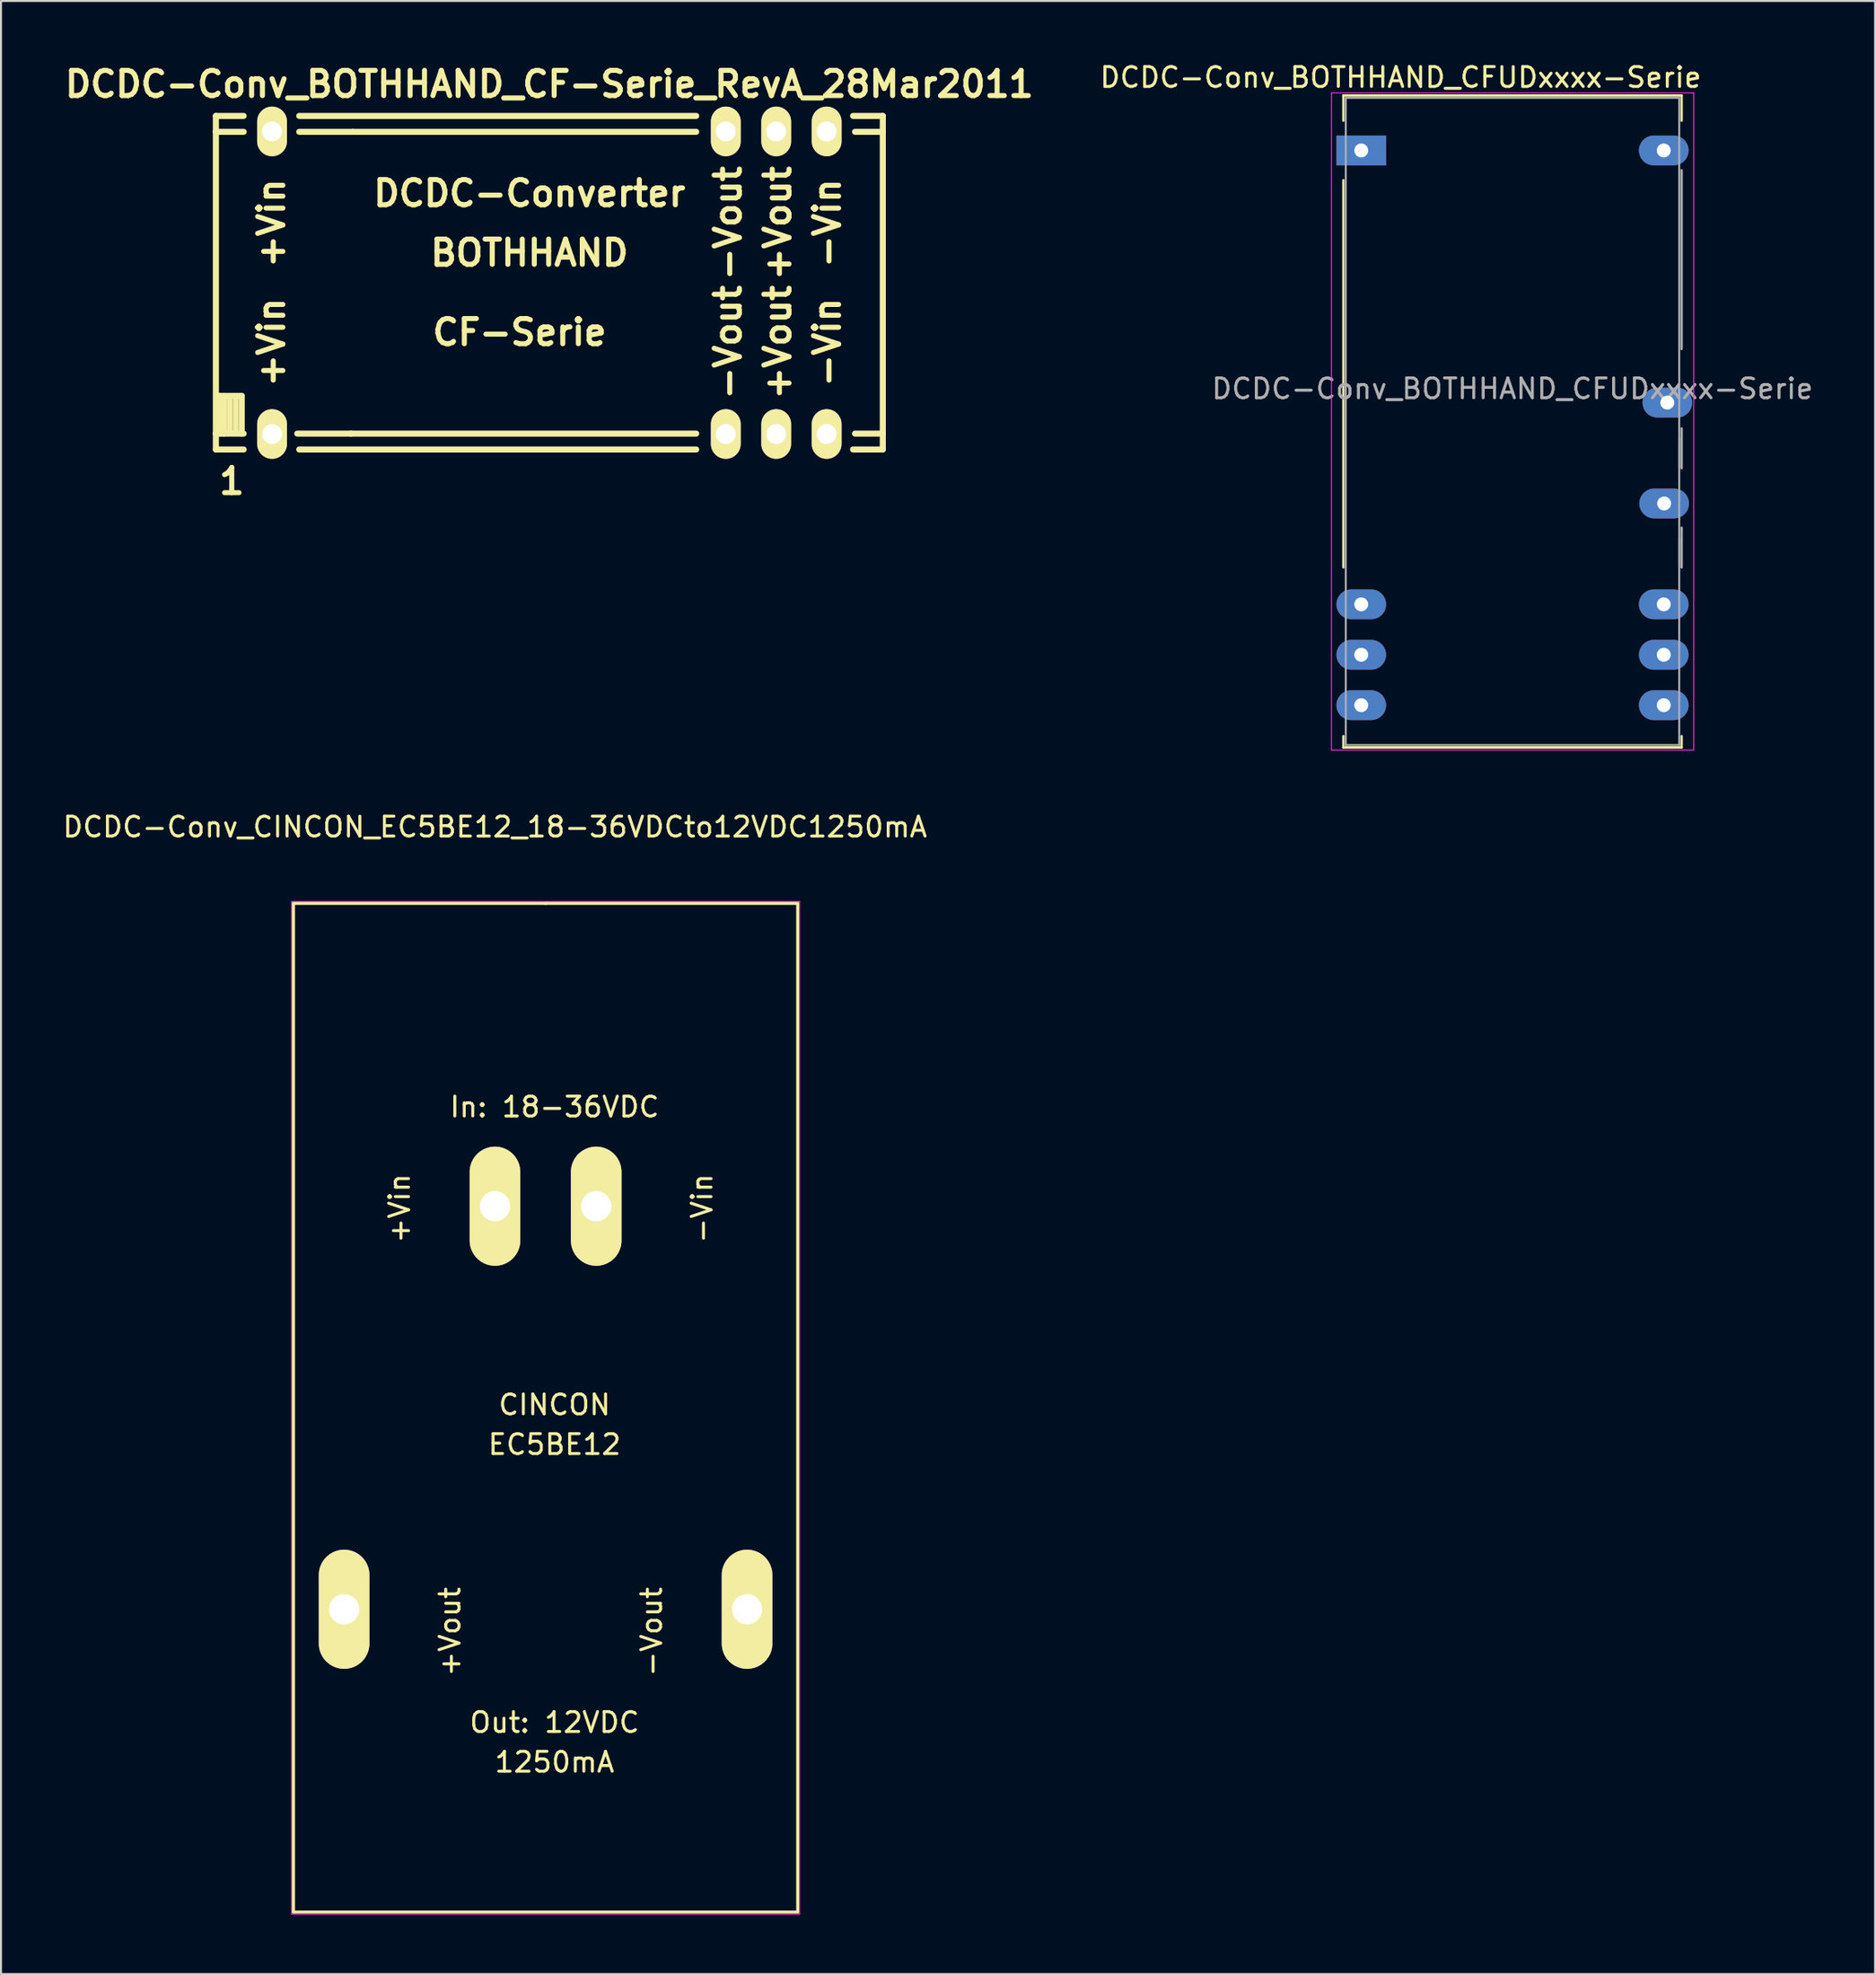
<source format=kicad_pcb>
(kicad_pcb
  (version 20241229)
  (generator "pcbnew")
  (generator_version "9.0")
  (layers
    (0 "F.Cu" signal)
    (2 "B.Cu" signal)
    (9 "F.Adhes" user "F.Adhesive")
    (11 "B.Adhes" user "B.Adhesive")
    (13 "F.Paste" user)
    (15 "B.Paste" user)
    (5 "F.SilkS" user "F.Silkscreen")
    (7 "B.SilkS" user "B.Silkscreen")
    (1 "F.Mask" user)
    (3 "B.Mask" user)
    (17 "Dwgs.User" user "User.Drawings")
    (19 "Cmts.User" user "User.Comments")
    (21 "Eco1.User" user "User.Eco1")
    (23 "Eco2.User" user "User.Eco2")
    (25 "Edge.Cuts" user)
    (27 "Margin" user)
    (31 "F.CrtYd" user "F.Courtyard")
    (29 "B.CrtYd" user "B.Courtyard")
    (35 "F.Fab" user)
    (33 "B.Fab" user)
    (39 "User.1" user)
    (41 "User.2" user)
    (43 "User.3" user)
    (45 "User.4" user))
  (footprint "DCDC-Conv_BOTHHAND_CF-Serie_RevA_28Mar2011"
    (layer "F.Cu")
    (at 24.626 11.189)
    (property "Reference" "DCDC-Conv_BOTHHAND_CF-Serie_RevA_28Mar2011" (at 0 -10 0) (layer "F.SilkS") (effects (font (size 1.27 1.27) (thickness 0.254))))
    (attr through_hole)
    (fp_line (start -16.8 -8.4) (end -15.4 -8.4) (stroke (width 0.305) (type solid)) (layer "F.SilkS"))
    (fp_line (start -16.8 -7.6) (end -16.8 -8.4) (stroke (width 0.305) (type solid)) (layer "F.SilkS"))
    (fp_line (start -16.8 -7.6) (end -16.8 7.6) (stroke (width 0.305) (type solid)) (layer "F.SilkS"))
    (fp_line (start -16.8 -7.6) (end -15.4 -7.6) (stroke (width 0.305) (type solid)) (layer "F.SilkS"))
    (fp_line (start -16.8 7.6) (end -16.8 8.4) (stroke (width 0.305) (type solid)) (layer "F.SilkS"))
    (fp_line (start -16.8 7.6) (end -15.4 7.6) (stroke (width 0.305) (type solid)) (layer "F.SilkS"))
    (fp_line (start -16.8 8.4) (end -15.4 8.4) (stroke (width 0.305) (type solid)) (layer "F.SilkS"))
    (fp_line (start -16.701 5.7) (end -15.499 5.7) (stroke (width 0.305) (type solid)) (layer "F.SilkS"))
    (fp_line (start -16.599 5.7) (end -16.599 7.6) (stroke (width 0.305) (type solid)) (layer "F.SilkS"))
    (fp_line (start -16.401 5.7) (end -16.401 7.6) (stroke (width 0.305) (type solid)) (layer "F.SilkS"))
    (fp_line (start -16.101 5.799) (end -16.101 7.501) (stroke (width 0.305) (type solid)) (layer "F.SilkS"))
    (fp_line (start -15.799 5.799) (end -15.799 7.501) (stroke (width 0.305) (type solid)) (layer "F.SilkS"))
    (fp_line (start -15.499 5.7) (end -15.499 7.6) (stroke (width 0.305) (type solid)) (layer "F.SilkS"))
    (fp_line (start -10 7.6) (end -12.7 7.6) (stroke (width 0.305) (type solid)) (layer "F.SilkS"))
    (fp_line (start -9.901 -7.6) (end -12.601 -7.6) (stroke (width 0.305) (type solid)) (layer "F.SilkS"))
    (fp_line (start -9.901 -7.6) (end 7.399 -7.6) (stroke (width 0.305) (type solid)) (layer "F.SilkS"))
    (fp_line (start 7.399 -8.4) (end -12.601 -8.4) (stroke (width 0.305) (type solid)) (layer "F.SilkS"))
    (fp_line (start 7.399 7.6) (end -10 7.6) (stroke (width 0.305) (type solid)) (layer "F.SilkS"))
    (fp_line (start 7.399 8.4) (end -12.601 8.4) (stroke (width 0.305) (type solid)) (layer "F.SilkS"))
    (fp_line (start 15.4 -7.6) (end 16.8 -7.6) (stroke (width 0.305) (type solid)) (layer "F.SilkS"))
    (fp_line (start 16.8 -8.4) (end 15.301 -8.4) (stroke (width 0.305) (type solid)) (layer "F.SilkS"))
    (fp_line (start 16.8 -7.6) (end 16.8 -8.4) (stroke (width 0.305) (type solid)) (layer "F.SilkS"))
    (fp_line (start 16.8 7.6) (end 15.4 7.6) (stroke (width 0.305) (type solid)) (layer "F.SilkS"))
    (fp_line (start 16.8 7.6) (end 16.8 -7.6) (stroke (width 0.305) (type solid)) (layer "F.SilkS"))
    (fp_line (start 16.8 7.6) (end 16.8 8.4) (stroke (width 0.305) (type solid)) (layer "F.SilkS"))
    (fp_line (start 16.8 8.4) (end 15.301 8.4) (stroke (width 0.305) (type solid)) (layer "F.SilkS"))
    (fp_text user "+Vout" (at 11.501 3 90) (layer "F.SilkS") (effects (font (size 1.27 1.27) (thickness 0.254))))
    (fp_text user "+Vin" (at -14 -3 90) (layer "F.SilkS") (effects (font (size 1.27 1.27) (thickness 0.254))))
    (fp_text user "-Vin" (at 14 3 90) (layer "F.SilkS") (effects (font (size 1.27 1.27) (thickness 0.254))))
    (fp_text user "+Vout" (at 11.501 -3 90) (layer "F.SilkS") (effects (font (size 1.27 1.27) (thickness 0.254))))
    (fp_text user "-Vout" (at 8.999 3 90) (layer "F.SilkS") (effects (font (size 1.27 1.27) (thickness 0.254))))
    (fp_text user "DCDC-Converter" (at -1.001 -4.501 0) (layer "F.SilkS") (effects (font (size 1.27 1.27) (thickness 0.254))))
    (fp_text user "1" (at -15.999 10 0) (layer "F.SilkS") (effects (font (size 1.27 1.27) (thickness 0.254))))
    (fp_text user "BOTHHAND" (at -1.001 -1.501 0) (layer "F.SilkS") (effects (font (size 1.27 1.27) (thickness 0.254))))
    (fp_text user "-Vin" (at 14 -3 90) (layer "F.SilkS") (effects (font (size 1.27 1.27) (thickness 0.254))))
    (fp_text user "-Vout" (at 8.999 -3 90) (layer "F.SilkS") (effects (font (size 1.27 1.27) (thickness 0.254))))
    (fp_text user "CF-Serie" (at -1.501 2.499 0) (layer "F.SilkS") (effects (font (size 1.27 1.27) (thickness 0.254))))
    (fp_text user "+Vin" (at -14 3 90) (layer "F.SilkS") (effects (font (size 1.27 1.27) (thickness 0.254))))
    (pad "1" thru_hole oval (at -13.97 7.62) (size 1.501 2.499) (drill 1.001) (layers "*.Cu" "*.Mask" "F.SilkS"))
    (pad "10" thru_hole oval (at 8.89 7.62) (size 1.501 2.499) (drill 1.001) (layers "*.Cu" "*.Mask" "F.SilkS"))
    (pad "11" thru_hole oval (at 11.43 7.62) (size 1.501 2.499) (drill 1.001) (layers "*.Cu" "*.Mask" "F.SilkS"))
    (pad "12" thru_hole oval (at 13.97 7.62) (size 1.501 2.499) (drill 1.001) (layers "*.Cu" "*.Mask" "F.SilkS"))
    (pad "13" thru_hole oval (at 13.97 -7.62) (size 1.501 2.499) (drill 1.001) (layers "*.Cu" "*.Mask" "F.SilkS"))
    (pad "14" thru_hole oval (at 11.43 -7.62) (size 1.501 2.499) (drill 1.001) (layers "*.Cu" "*.Mask" "F.SilkS"))
    (pad "15" thru_hole oval (at 8.89 -7.62) (size 1.501 2.499) (drill 1.001) (layers "*.Cu" "*.Mask" "F.SilkS"))
    (pad "24" thru_hole oval (at -13.97 -7.62) (size 1.501 2.499) (drill 1.001) (layers "*.Cu" "*.Mask" "F.SilkS")))
  (footprint "DCDC-Conv_BOTHHAND_CFUDxxxx-Serie"
    (layer "F.Cu")
    (at 65.53 4.528)
    (property "Reference" "DCDC-Conv_BOTHHAND_CFUDxxxx-Serie" (at 1.99 -3.68 0) (layer "F.SilkS") (effects (font (size 1 1) (thickness 0.15))))
    (attr through_hole)
    (fp_line (start -0.9 -2.77) (end 16.14 -2.77) (stroke (width 0.12) (type solid)) (layer "F.SilkS"))
    (fp_line (start -0.9 -1.5) (end -0.9 -2.77) (stroke (width 0.12) (type solid)) (layer "F.SilkS"))
    (fp_line (start -0.9 1.5) (end -0.9 21) (stroke (width 0.12) (type solid)) (layer "F.SilkS"))
    (fp_line (start -0.9 29.5) (end -0.9 30.07) (stroke (width 0.12) (type solid)) (layer "F.SilkS"))
    (fp_line (start -0.9 30.07) (end 16.14 30.07) (stroke (width 0.12) (type solid)) (layer "F.SilkS"))
    (fp_line (start 16.14 -2.77) (end 16.14 -1.5) (stroke (width 0.12) (type solid)) (layer "F.SilkS"))
    (fp_line (start 16.14 30.07) (end 16.14 29.5) (stroke (width 0.12) (type solid)) (layer "F.SilkS"))
    (fp_line (start -1.5 -2.9) (end -1.5 30.2) (stroke (width 0.05) (type solid)) (layer "F.CrtYd"))
    (fp_line (start -1.5 -2.9) (end 16.75 -2.9) (stroke (width 0.05) (type solid)) (layer "F.CrtYd"))
    (fp_line (start -1.5 30.2) (end 16.75 30.2) (stroke (width 0.05) (type solid)) (layer "F.CrtYd"))
    (fp_line (start 16.75 -2.9) (end 16.75 30.2) (stroke (width 0.05) (type solid)) (layer "F.CrtYd"))
    (fp_line (start -0.78 -2.65) (end 16.02 -2.65) (stroke (width 0.1) (type solid)) (layer "F.Fab"))
    (fp_line (start -0.78 29.95) (end -0.78 -2.65) (stroke (width 0.1) (type solid)) (layer "F.Fab"))
    (fp_line (start 16.02 -2.65) (end 16.02 29.95) (stroke (width 0.1) (type solid)) (layer "F.Fab"))
    (fp_line (start 16.02 14.5) (end 16.02 16) (stroke (width 0.1) (type solid)) (layer "F.Fab"))
    (fp_line (start 16.02 19.5) (end 16.02 21) (stroke (width 0.1) (type solid)) (layer "F.Fab"))
    (fp_line (start 16.02 29.95) (end -0.78 29.95) (stroke (width 0.1) (type solid)) (layer "F.Fab"))
    (fp_line (start 16.14 1) (end 16.14 10) (stroke (width 0.12) (type solid)) (layer "F.Fab"))
    (fp_line (start 16.14 14) (end 16.14 16) (stroke (width 0.12) (type solid)) (layer "F.Fab"))
    (fp_line (start 16.14 19) (end 16.14 21) (stroke (width 0.12) (type solid)) (layer "F.Fab"))
    (fp_text user "${REFERENCE}" (at 7.62 12 0) (layer "F.Fab") (effects (font (size 1 1) (thickness 0.15))))
    (pad "1" thru_hole rect (at 0 0) (size 2.5 1.5) (drill 0.7) (layers "*.Cu" "*.Mask"))
    (pad "10" thru_hole oval (at 0 22.86) (size 2.5 1.5) (drill 0.7) (layers "*.Cu" "*.Mask"))
    (pad "11" thru_hole oval (at 0 25.4) (size 2.5 1.5) (drill 0.7) (layers "*.Cu" "*.Mask"))
    (pad "12" thru_hole oval (at 0 27.94) (size 2.5 1.5) (drill 0.7) (layers "*.Cu" "*.Mask"))
    (pad "13" thru_hole oval (at 15.24 27.94) (size 2.5 1.5) (drill 0.7) (layers "*.Cu" "*.Mask"))
    (pad "14" thru_hole oval (at 15.24 25.4) (size 2.5 1.5) (drill 0.7) (layers "*.Cu" "*.Mask"))
    (pad "15" thru_hole oval (at 15.24 22.86) (size 2.5 1.5) (drill 0.7) (layers "*.Cu" "*.Mask"))
    (pad "17" thru_hole oval (at 15.26 17.78) (size 2.5 1.5) (drill 0.7) (layers "*.Cu" "*.Mask"))
    (pad "19" thru_hole oval (at 15.42 12.7) (size 2.5 1.5) (drill 0.7) (layers "*.Cu" "*.Mask"))
    (pad "24" thru_hole oval (at 15.24 0) (size 2.5 1.5) (drill 0.7) (layers "*.Cu" "*.Mask")))
  (footprint "DCDC-Conv_CINCON_EC5BE12_18-36VDCto12VDC1250mA"
    (layer "F.Cu")
    (at 21.887 57.702)
    (property "Reference" "DCDC-Conv_CINCON_EC5BE12_18-36VDCto12VDC1250mA" (at 0 -19.1 0) (layer "F.SilkS") (effects (font (size 1 1) (thickness 0.15))))
    (attr through_hole)
    (fp_line (start -10.15 -15.25) (end -10.15 35.55) (stroke (width 0.15) (type solid)) (layer "F.SilkS"))
    (fp_line (start -10.15 35.55) (end 15.25 35.55) (stroke (width 0.15) (type solid)) (layer "F.SilkS"))
    (fp_line (start 2.55 -15.25) (end -10.15 -15.25) (stroke (width 0.15) (type solid)) (layer "F.SilkS"))
    (fp_line (start 15.25 -15.25) (end 2.55 -15.25) (stroke (width 0.15) (type solid)) (layer "F.SilkS"))
    (fp_line (start 15.25 35.55) (end 15.25 -15.25) (stroke (width 0.15) (type solid)) (layer "F.SilkS"))
    (fp_line (start -10.25 -15.35) (end -10.25 35.65) (stroke (width 0.05) (type solid)) (layer "F.CrtYd"))
    (fp_line (start -10.25 -15.35) (end 15.35 -15.35) (stroke (width 0.05) (type solid)) (layer "F.CrtYd"))
    (fp_line (start -10.25 35.65) (end 15.35 35.65) (stroke (width 0.05) (type solid)) (layer "F.CrtYd"))
    (fp_line (start 15.35 -15.35) (end 15.35 35.65) (stroke (width 0.05) (type solid)) (layer "F.CrtYd"))
    (fp_text user "Out: 12VDC" (at 3 26 180) (layer "F.SilkS") (effects (font (size 1 1) (thickness 0.15))))
    (fp_text user "+Vout" (at -2.27 21.43 270) (layer "F.SilkS") (effects (font (size 1 1) (thickness 0.15))))
    (fp_text user "-Vout" (at 7.89 21.43 270) (layer "F.SilkS") (effects (font (size 1 1) (thickness 0.15))))
    (fp_text user "CINCON" (at 3 10 180) (layer "F.SilkS") (effects (font (size 1 1) (thickness 0.15))))
    (fp_text user "In: 18-36VDC" (at 3 -5 180) (layer "F.SilkS") (effects (font (size 1 1) (thickness 0.15))))
    (fp_text user "EC5BE12" (at 3 12 180) (layer "F.SilkS") (effects (font (size 1 1) (thickness 0.15))))
    (fp_text user "1250mA" (at 3 28 180) (layer "F.SilkS") (effects (font (size 1 1) (thickness 0.15))))
    (fp_text user "+Vin" (at -4.81 0.11 270) (layer "F.SilkS") (effects (font (size 1 1) (thickness 0.15))))
    (fp_text user "-Vin" (at 10.43 0.11 270) (layer "F.SilkS") (effects (font (size 1 1) (thickness 0.15))))
    (pad "1" thru_hole oval (at 0 0) (size 2.55 6) (drill 1.524) (layers "*.Cu" "*.Mask" "F.SilkS"))
    (pad "2" thru_hole oval (at 5.1 0) (size 2.55 6) (drill 1.524) (layers "*.Cu" "*.Mask" "F.SilkS"))
    (pad "3" thru_hole oval (at -7.6 20.3) (size 2.55 6) (drill 1.524) (layers "*.Cu" "*.Mask" "F.SilkS"))
    (pad "5" thru_hole oval (at 12.7 20.3) (size 2.55 6) (drill 1.524) (layers "*.Cu" "*.Mask" "F.SilkS")))
  (gr_rect
    (start -3 -3)
    (end 91.418 96.376)
    (stroke (width 0.1) (type default))
    (fill no)
    (layer "Edge.Cuts")))
</source>
